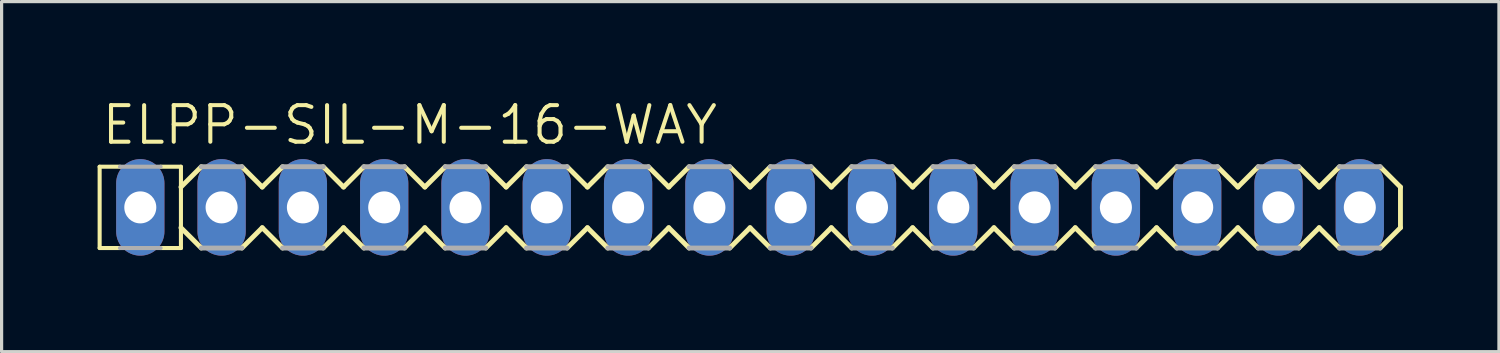
<source format=kicad_pcb>
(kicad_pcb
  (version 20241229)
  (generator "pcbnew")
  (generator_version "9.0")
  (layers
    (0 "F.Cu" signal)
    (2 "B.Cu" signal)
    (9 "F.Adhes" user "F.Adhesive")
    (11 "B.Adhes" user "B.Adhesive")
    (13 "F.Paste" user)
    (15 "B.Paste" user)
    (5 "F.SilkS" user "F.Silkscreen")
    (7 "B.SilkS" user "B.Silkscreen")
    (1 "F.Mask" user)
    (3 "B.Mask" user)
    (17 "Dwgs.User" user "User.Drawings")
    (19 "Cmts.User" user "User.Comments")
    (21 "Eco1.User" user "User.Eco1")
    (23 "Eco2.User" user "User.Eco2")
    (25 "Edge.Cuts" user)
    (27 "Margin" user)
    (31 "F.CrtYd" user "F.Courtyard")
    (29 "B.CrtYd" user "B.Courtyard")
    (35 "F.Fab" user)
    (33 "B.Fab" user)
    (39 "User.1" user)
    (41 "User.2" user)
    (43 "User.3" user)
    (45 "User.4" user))
  (footprint "ELPP-SIL-M-16-WAY"
    (layer "F.Cu")
    (at 6.413 3.429)
    (property "Reference" "ELPP-SIL-M-16-WAY" (at -6.35 -1.905 0) (unlocked yes) (layer "F.SilkS") (effects (font (size 1.143 1.143) (thickness 0.127)) (justify left bottom)))
    (fp_line (start -6.35 -1.27) (end -6.35 1.27) (stroke (width 0.127) (type solid)) (layer "F.SilkS"))
    (fp_line (start -6.35 -1.27) (end -5.715 -1.27) (stroke (width 0.127) (type solid)) (layer "F.SilkS"))
    (fp_line (start -6.35 1.27) (end -5.715 1.27) (stroke (width 0.127) (type solid)) (layer "F.SilkS"))
    (fp_line (start -3.81 -1.27) (end -4.445 -1.27) (stroke (width 0.127) (type solid)) (layer "F.SilkS"))
    (fp_line (start -3.81 -1.27) (end -3.81 1.27) (stroke (width 0.127) (type solid)) (layer "F.SilkS"))
    (fp_line (start -3.81 -0.635) (end -3.175 -1.27) (stroke (width 0.152) (type solid)) (layer "F.SilkS"))
    (fp_line (start -3.81 1.27) (end -4.445 1.27) (stroke (width 0.127) (type solid)) (layer "F.SilkS"))
    (fp_line (start -3.175 1.27) (end -3.81 0.635) (stroke (width 0.152) (type solid)) (layer "F.SilkS"))
    (fp_line (start -1.905 -1.27) (end -1.27 -0.635) (stroke (width 0.152) (type solid)) (layer "F.SilkS"))
    (fp_line (start -1.27 -0.635) (end -0.635 -1.27) (stroke (width 0.152) (type solid)) (layer "F.SilkS"))
    (fp_line (start -1.27 0.635) (end -1.905 1.27) (stroke (width 0.152) (type solid)) (layer "F.SilkS"))
    (fp_line (start -0.635 1.27) (end -1.27 0.635) (stroke (width 0.152) (type solid)) (layer "F.SilkS"))
    (fp_line (start 0.635 -1.27) (end 1.27 -0.635) (stroke (width 0.152) (type solid)) (layer "F.SilkS"))
    (fp_line (start 1.27 0.635) (end 0.635 1.27) (stroke (width 0.152) (type solid)) (layer "F.SilkS"))
    (fp_line (start 1.27 0.635) (end 1.905 1.27) (stroke (width 0.152) (type solid)) (layer "F.SilkS"))
    (fp_line (start 1.905 -1.27) (end 1.27 -0.635) (stroke (width 0.152) (type solid)) (layer "F.SilkS"))
    (fp_line (start 3.175 -1.27) (end 3.81 -0.635) (stroke (width 0.152) (type solid)) (layer "F.SilkS"))
    (fp_line (start 3.81 -0.635) (end 4.445 -1.27) (stroke (width 0.152) (type solid)) (layer "F.SilkS"))
    (fp_line (start 3.81 0.635) (end 3.175 1.27) (stroke (width 0.152) (type solid)) (layer "F.SilkS"))
    (fp_line (start 4.445 1.27) (end 3.81 0.635) (stroke (width 0.152) (type solid)) (layer "F.SilkS"))
    (fp_line (start 5.715 -1.27) (end 6.35 -0.635) (stroke (width 0.152) (type solid)) (layer "F.SilkS"))
    (fp_line (start 6.35 -0.635) (end 6.985 -1.27) (stroke (width 0.152) (type solid)) (layer "F.SilkS"))
    (fp_line (start 6.35 0.635) (end 5.715 1.27) (stroke (width 0.152) (type solid)) (layer "F.SilkS"))
    (fp_line (start 6.985 1.27) (end 6.35 0.635) (stroke (width 0.152) (type solid)) (layer "F.SilkS"))
    (fp_line (start 8.255 -1.27) (end 8.89 -0.635) (stroke (width 0.152) (type solid)) (layer "F.SilkS"))
    (fp_line (start 8.89 -0.635) (end 9.525 -1.27) (stroke (width 0.152) (type solid)) (layer "F.SilkS"))
    (fp_line (start 8.89 0.635) (end 8.255 1.27) (stroke (width 0.152) (type solid)) (layer "F.SilkS"))
    (fp_line (start 9.525 1.27) (end 8.89 0.635) (stroke (width 0.152) (type solid)) (layer "F.SilkS"))
    (fp_line (start 10.795 -1.27) (end 11.43 -0.635) (stroke (width 0.152) (type solid)) (layer "F.SilkS"))
    (fp_line (start 11.43 -0.635) (end 12.065 -1.27) (stroke (width 0.152) (type solid)) (layer "F.SilkS"))
    (fp_line (start 11.43 0.635) (end 10.795 1.27) (stroke (width 0.152) (type solid)) (layer "F.SilkS"))
    (fp_line (start 12.065 1.27) (end 11.43 0.635) (stroke (width 0.152) (type solid)) (layer "F.SilkS"))
    (fp_line (start 13.335 -1.27) (end 13.97 -0.635) (stroke (width 0.152) (type solid)) (layer "F.SilkS"))
    (fp_line (start 13.97 -0.635) (end 14.605 -1.27) (stroke (width 0.152) (type solid)) (layer "F.SilkS"))
    (fp_line (start 13.97 0.635) (end 13.335 1.27) (stroke (width 0.152) (type solid)) (layer "F.SilkS"))
    (fp_line (start 14.605 1.27) (end 13.97 0.635) (stroke (width 0.152) (type solid)) (layer "F.SilkS"))
    (fp_line (start 15.875 -1.27) (end 16.51 -0.635) (stroke (width 0.152) (type solid)) (layer "F.SilkS"))
    (fp_line (start 16.51 -0.635) (end 17.145 -1.27) (stroke (width 0.152) (type solid)) (layer "F.SilkS"))
    (fp_line (start 16.51 0.635) (end 15.875 1.27) (stroke (width 0.152) (type solid)) (layer "F.SilkS"))
    (fp_line (start 17.145 1.27) (end 16.51 0.635) (stroke (width 0.152) (type solid)) (layer "F.SilkS"))
    (fp_line (start 18.415 -1.27) (end 19.05 -0.635) (stroke (width 0.152) (type solid)) (layer "F.SilkS"))
    (fp_line (start 19.05 -0.635) (end 19.685 -1.27) (stroke (width 0.152) (type solid)) (layer "F.SilkS"))
    (fp_line (start 19.05 0.635) (end 18.415 1.27) (stroke (width 0.152) (type solid)) (layer "F.SilkS"))
    (fp_line (start 19.685 1.27) (end 19.05 0.635) (stroke (width 0.152) (type solid)) (layer "F.SilkS"))
    (fp_line (start 20.955 -1.27) (end 21.59 -0.635) (stroke (width 0.152) (type solid)) (layer "F.SilkS"))
    (fp_line (start 21.59 -0.635) (end 22.225 -1.27) (stroke (width 0.152) (type solid)) (layer "F.SilkS"))
    (fp_line (start 21.59 0.635) (end 20.955 1.27) (stroke (width 0.152) (type solid)) (layer "F.SilkS"))
    (fp_line (start 22.225 1.27) (end 21.59 0.635) (stroke (width 0.152) (type solid)) (layer "F.SilkS"))
    (fp_line (start 23.495 -1.27) (end 24.13 -0.635) (stroke (width 0.152) (type solid)) (layer "F.SilkS"))
    (fp_line (start 24.13 -0.635) (end 24.765 -1.27) (stroke (width 0.152) (type solid)) (layer "F.SilkS"))
    (fp_line (start 24.13 0.635) (end 23.495 1.27) (stroke (width 0.152) (type solid)) (layer "F.SilkS"))
    (fp_line (start 24.765 1.27) (end 24.13 0.635) (stroke (width 0.152) (type solid)) (layer "F.SilkS"))
    (fp_line (start 26.035 -1.27) (end 26.67 -0.635) (stroke (width 0.152) (type solid)) (layer "F.SilkS"))
    (fp_line (start 26.67 -0.635) (end 27.305 -1.27) (stroke (width 0.152) (type solid)) (layer "F.SilkS"))
    (fp_line (start 26.67 0.635) (end 26.035 1.27) (stroke (width 0.152) (type solid)) (layer "F.SilkS"))
    (fp_line (start 27.305 1.27) (end 26.67 0.635) (stroke (width 0.152) (type solid)) (layer "F.SilkS"))
    (fp_line (start 28.575 -1.27) (end 29.21 -0.635) (stroke (width 0.152) (type solid)) (layer "F.SilkS"))
    (fp_line (start 29.21 -0.635) (end 29.845 -1.27) (stroke (width 0.152) (type solid)) (layer "F.SilkS"))
    (fp_line (start 29.21 0.635) (end 28.575 1.27) (stroke (width 0.152) (type solid)) (layer "F.SilkS"))
    (fp_line (start 29.845 1.27) (end 29.21 0.635) (stroke (width 0.152) (type solid)) (layer "F.SilkS"))
    (fp_line (start 31.115 -1.27) (end 31.75 -0.635) (stroke (width 0.152) (type solid)) (layer "F.SilkS"))
    (fp_line (start 31.75 -0.635) (end 32.385 -1.27) (stroke (width 0.152) (type solid)) (layer "F.SilkS"))
    (fp_line (start 31.75 0.635) (end 31.115 1.27) (stroke (width 0.152) (type solid)) (layer "F.SilkS"))
    (fp_line (start 32.385 1.27) (end 31.75 0.635) (stroke (width 0.152) (type solid)) (layer "F.SilkS"))
    (fp_line (start 33.655 -1.27) (end 34.29 -0.635) (stroke (width 0.152) (type solid)) (layer "F.SilkS"))
    (fp_line (start 34.29 -0.635) (end 34.29 0.635) (stroke (width 0.152) (type solid)) (layer "F.SilkS"))
    (fp_line (start 34.29 0.635) (end 33.655 1.27) (stroke (width 0.152) (type solid)) (layer "F.SilkS"))
    (fp_line (start -5.715 -1.27) (end -4.445 -1.27) (stroke (width 0.127) (type solid)) (layer "F.Fab"))
    (fp_line (start -5.715 1.27) (end -4.445 1.27) (stroke (width 0.127) (type solid)) (layer "F.Fab"))
    (fp_line (start -3.175 -1.27) (end -1.905 -1.27) (stroke (width 0.152) (type solid)) (layer "F.Fab"))
    (fp_line (start -1.905 1.27) (end -3.175 1.27) (stroke (width 0.152) (type solid)) (layer "F.Fab"))
    (fp_line (start -0.635 -1.27) (end 0.635 -1.27) (stroke (width 0.152) (type solid)) (layer "F.Fab"))
    (fp_line (start 0.635 1.27) (end -0.635 1.27) (stroke (width 0.152) (type solid)) (layer "F.Fab"))
    (fp_line (start 1.905 -1.27) (end 3.175 -1.27) (stroke (width 0.152) (type solid)) (layer "F.Fab"))
    (fp_line (start 3.175 1.27) (end 1.905 1.27) (stroke (width 0.152) (type solid)) (layer "F.Fab"))
    (fp_line (start 4.445 -1.27) (end 5.715 -1.27) (stroke (width 0.152) (type solid)) (layer "F.Fab"))
    (fp_line (start 5.715 1.27) (end 4.445 1.27) (stroke (width 0.152) (type solid)) (layer "F.Fab"))
    (fp_line (start 6.985 -1.27) (end 8.255 -1.27) (stroke (width 0.152) (type solid)) (layer "F.Fab"))
    (fp_line (start 8.255 1.27) (end 6.985 1.27) (stroke (width 0.152) (type solid)) (layer "F.Fab"))
    (fp_line (start 9.525 -1.27) (end 10.795 -1.27) (stroke (width 0.152) (type solid)) (layer "F.Fab"))
    (fp_line (start 10.795 1.27) (end 9.525 1.27) (stroke (width 0.152) (type solid)) (layer "F.Fab"))
    (fp_line (start 12.065 -1.27) (end 13.335 -1.27) (stroke (width 0.152) (type solid)) (layer "F.Fab"))
    (fp_line (start 13.335 1.27) (end 12.065 1.27) (stroke (width 0.152) (type solid)) (layer "F.Fab"))
    (fp_line (start 14.605 -1.27) (end 15.875 -1.27) (stroke (width 0.152) (type solid)) (layer "F.Fab"))
    (fp_line (start 15.875 1.27) (end 14.605 1.27) (stroke (width 0.152) (type solid)) (layer "F.Fab"))
    (fp_line (start 17.145 -1.27) (end 18.415 -1.27) (stroke (width 0.152) (type solid)) (layer "F.Fab"))
    (fp_line (start 18.415 1.27) (end 17.145 1.27) (stroke (width 0.152) (type solid)) (layer "F.Fab"))
    (fp_line (start 19.685 -1.27) (end 20.955 -1.27) (stroke (width 0.152) (type solid)) (layer "F.Fab"))
    (fp_line (start 20.955 1.27) (end 19.685 1.27) (stroke (width 0.152) (type solid)) (layer "F.Fab"))
    (fp_line (start 22.225 -1.27) (end 23.495 -1.27) (stroke (width 0.152) (type solid)) (layer "F.Fab"))
    (fp_line (start 23.495 1.27) (end 22.225 1.27) (stroke (width 0.152) (type solid)) (layer "F.Fab"))
    (fp_line (start 24.765 -1.27) (end 26.035 -1.27) (stroke (width 0.152) (type solid)) (layer "F.Fab"))
    (fp_line (start 26.035 1.27) (end 24.765 1.27) (stroke (width 0.152) (type solid)) (layer "F.Fab"))
    (fp_line (start 27.305 -1.27) (end 28.575 -1.27) (stroke (width 0.152) (type solid)) (layer "F.Fab"))
    (fp_line (start 28.575 1.27) (end 27.305 1.27) (stroke (width 0.152) (type solid)) (layer "F.Fab"))
    (fp_line (start 29.845 -1.27) (end 31.115 -1.27) (stroke (width 0.152) (type solid)) (layer "F.Fab"))
    (fp_line (start 31.115 1.27) (end 29.845 1.27) (stroke (width 0.152) (type solid)) (layer "F.Fab"))
    (fp_line (start 32.385 -1.27) (end 33.655 -1.27) (stroke (width 0.152) (type solid)) (layer "F.Fab"))
    (fp_line (start 33.655 1.27) (end 32.385 1.27) (stroke (width 0.152) (type solid)) (layer "F.Fab"))
    (fp_poly (pts (xy -5.334 0.254) (xy -4.826 0.254) (xy -4.826 -0.254) (xy -5.334 -0.254)) (stroke (width 0.1) (type default)) (fill no) (layer "F.Fab"))
    (fp_poly (pts (xy -2.794 0.254) (xy -2.286 0.254) (xy -2.286 -0.254) (xy -2.794 -0.254)) (stroke (width 0.1) (type default)) (fill no) (layer "F.Fab"))
    (fp_poly (pts (xy -0.254 0.254) (xy 0.254 0.254) (xy 0.254 -0.254) (xy -0.254 -0.254)) (stroke (width 0.1) (type default)) (fill no) (layer "F.Fab"))
    (fp_poly (pts (xy 2.286 0.254) (xy 2.794 0.254) (xy 2.794 -0.254) (xy 2.286 -0.254)) (stroke (width 0.1) (type default)) (fill no) (layer "F.Fab"))
    (fp_poly (pts (xy 4.826 0.254) (xy 5.334 0.254) (xy 5.334 -0.254) (xy 4.826 -0.254)) (stroke (width 0.1) (type default)) (fill no) (layer "F.Fab"))
    (fp_poly (pts (xy 7.366 0.254) (xy 7.874 0.254) (xy 7.874 -0.254) (xy 7.366 -0.254)) (stroke (width 0.1) (type default)) (fill no) (layer "F.Fab"))
    (fp_poly (pts (xy 9.906 0.254) (xy 10.414 0.254) (xy 10.414 -0.254) (xy 9.906 -0.254)) (stroke (width 0.1) (type default)) (fill no) (layer "F.Fab"))
    (fp_poly (pts (xy 12.446 0.254) (xy 12.954 0.254) (xy 12.954 -0.254) (xy 12.446 -0.254)) (stroke (width 0.1) (type default)) (fill no) (layer "F.Fab"))
    (fp_poly (pts (xy 14.986 0.254) (xy 15.494 0.254) (xy 15.494 -0.254) (xy 14.986 -0.254)) (stroke (width 0.1) (type default)) (fill no) (layer "F.Fab"))
    (fp_poly (pts (xy 17.526 0.254) (xy 18.034 0.254) (xy 18.034 -0.254) (xy 17.526 -0.254)) (stroke (width 0.1) (type default)) (fill no) (layer "F.Fab"))
    (fp_poly (pts (xy 20.066 0.254) (xy 20.574 0.254) (xy 20.574 -0.254) (xy 20.066 -0.254)) (stroke (width 0.1) (type default)) (fill no) (layer "F.Fab"))
    (fp_poly (pts (xy 22.606 0.254) (xy 23.114 0.254) (xy 23.114 -0.254) (xy 22.606 -0.254)) (stroke (width 0.1) (type default)) (fill no) (layer "F.Fab"))
    (fp_poly (pts (xy 25.146 0.254) (xy 25.654 0.254) (xy 25.654 -0.254) (xy 25.146 -0.254)) (stroke (width 0.1) (type default)) (fill no) (layer "F.Fab"))
    (fp_poly (pts (xy 27.686 0.254) (xy 28.194 0.254) (xy 28.194 -0.254) (xy 27.686 -0.254)) (stroke (width 0.1) (type default)) (fill no) (layer "F.Fab"))
    (fp_poly (pts (xy 30.226 0.254) (xy 30.734 0.254) (xy 30.734 -0.254) (xy 30.226 -0.254)) (stroke (width 0.1) (type default)) (fill no) (layer "F.Fab"))
    (fp_poly (pts (xy 32.766 0.254) (xy 33.274 0.254) (xy 33.274 -0.254) (xy 32.766 -0.254)) (stroke (width 0.1) (type default)) (fill no) (layer "F.Fab"))
    (pad "1" thru_hole oval (at -5.08 0 90) (size 3.016 1.508) (drill 1) (layers "*.Cu" "*.Mask"))
    (pad "2" thru_hole oval (at -2.54 0 90) (size 3.016 1.508) (drill 1) (layers "*.Cu" "*.Mask"))
    (pad "3" thru_hole oval (at 0 0 90) (size 3.016 1.508) (drill 1) (layers "*.Cu" "*.Mask"))
    (pad "4" thru_hole oval (at 2.54 0 90) (size 3.016 1.508) (drill 1) (layers "*.Cu" "*.Mask"))
    (pad "5" thru_hole oval (at 5.08 0 90) (size 3.016 1.508) (drill 1) (layers "*.Cu" "*.Mask"))
    (pad "6" thru_hole oval (at 7.62 0 90) (size 3.016 1.508) (drill 1) (layers "*.Cu" "*.Mask"))
    (pad "7" thru_hole oval (at 10.16 0 90) (size 3.016 1.508) (drill 1) (layers "*.Cu" "*.Mask"))
    (pad "8" thru_hole oval (at 12.7 0 90) (size 3.016 1.508) (drill 1) (layers "*.Cu" "*.Mask"))
    (pad "9" thru_hole oval (at 15.24 0 90) (size 3.016 1.508) (drill 1) (layers "*.Cu" "*.Mask"))
    (pad "10" thru_hole oval (at 17.78 0 90) (size 3.016 1.508) (drill 1) (layers "*.Cu" "*.Mask"))
    (pad "11" thru_hole oval (at 20.32 0 90) (size 3.016 1.508) (drill 1) (layers "*.Cu" "*.Mask"))
    (pad "12" thru_hole oval (at 22.86 0 90) (size 3.016 1.508) (drill 1) (layers "*.Cu" "*.Mask"))
    (pad "13" thru_hole oval (at 25.4 0 90) (size 3.016 1.508) (drill 1) (layers "*.Cu" "*.Mask"))
    (pad "14" thru_hole oval (at 27.94 0 90) (size 3.016 1.508) (drill 1) (layers "*.Cu" "*.Mask"))
    (pad "15" thru_hole oval (at 30.48 0 90) (size 3.016 1.508) (drill 1) (layers "*.Cu" "*.Mask"))
    (pad "16" thru_hole oval (at 33.02 0 90) (size 3.016 1.508) (drill 1) (layers "*.Cu" "*.Mask")))
  (gr_rect
    (start -3 -3)
    (end 43.78 7.937)
    (stroke (width 0.1) (type default))
    (fill no)
    (layer "Edge.Cuts")))
</source>
